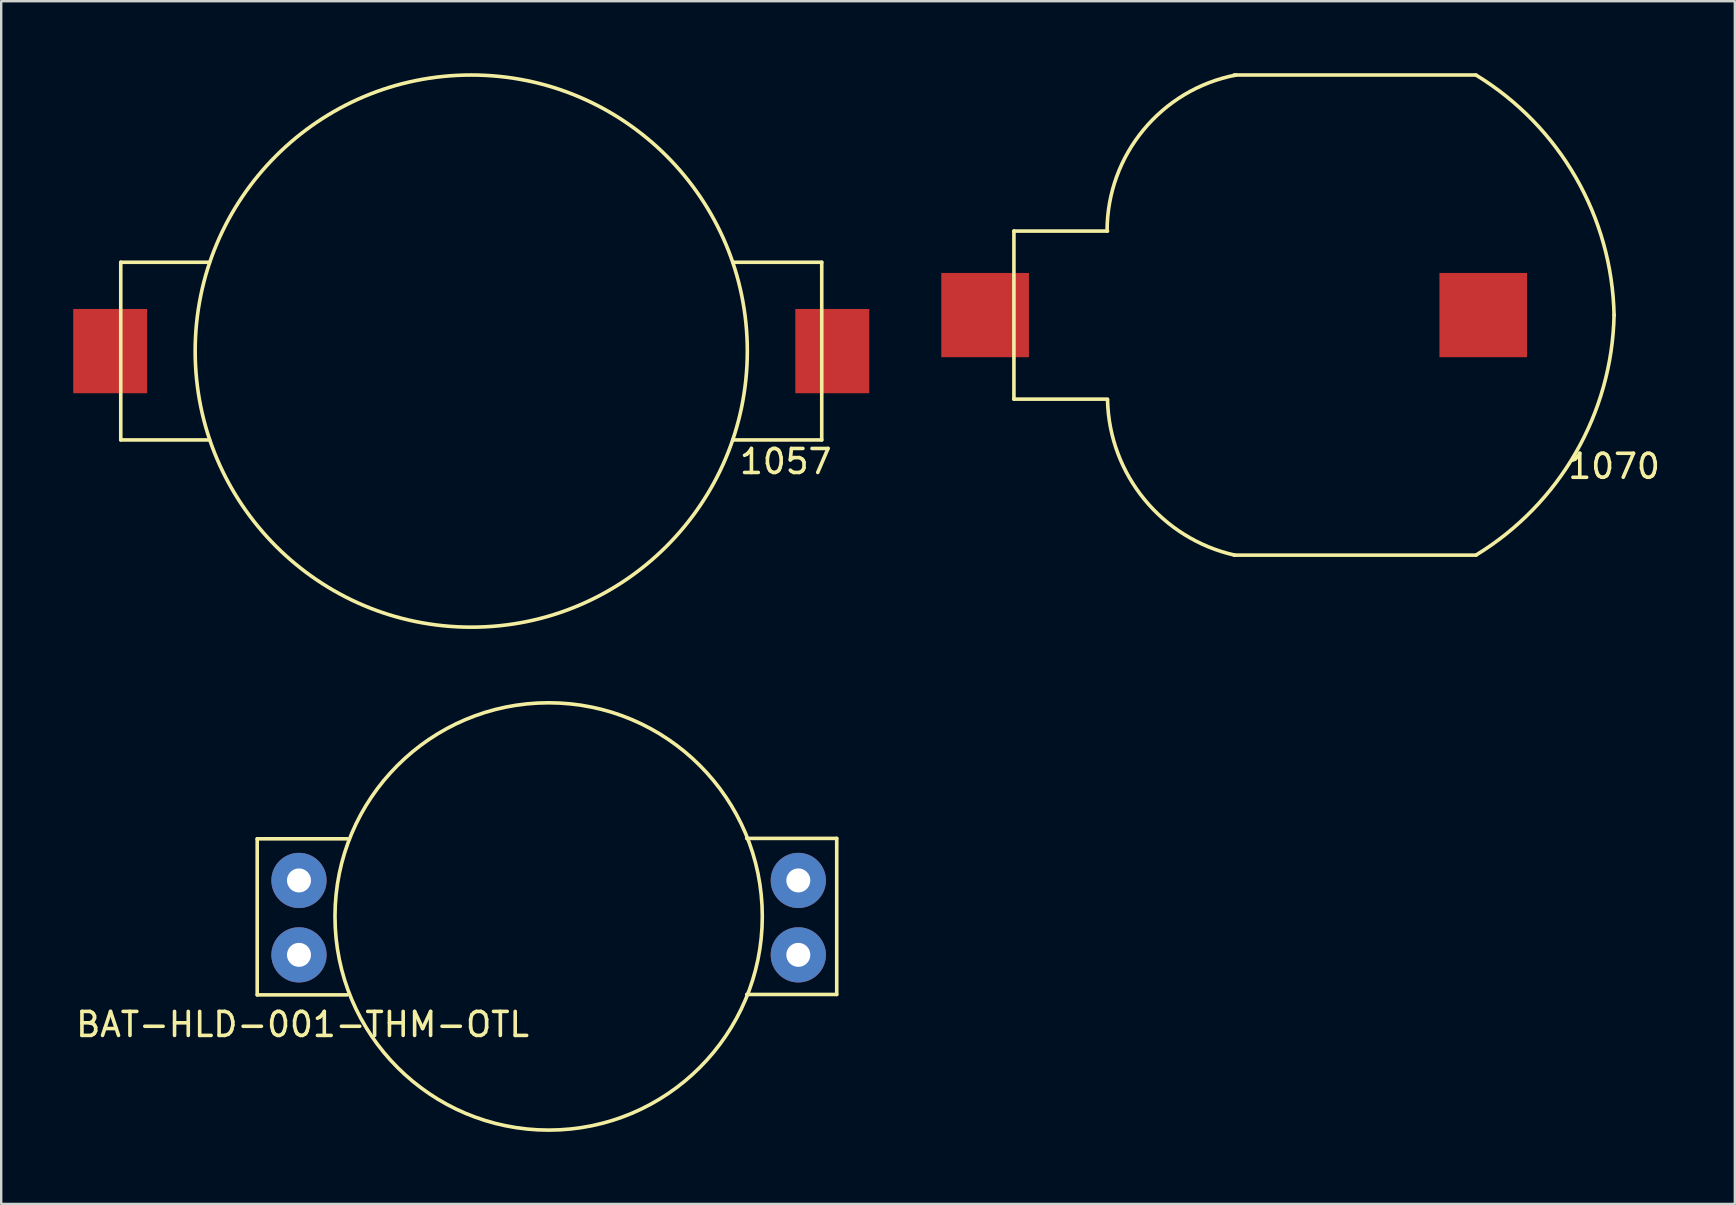
<source format=kicad_pcb>
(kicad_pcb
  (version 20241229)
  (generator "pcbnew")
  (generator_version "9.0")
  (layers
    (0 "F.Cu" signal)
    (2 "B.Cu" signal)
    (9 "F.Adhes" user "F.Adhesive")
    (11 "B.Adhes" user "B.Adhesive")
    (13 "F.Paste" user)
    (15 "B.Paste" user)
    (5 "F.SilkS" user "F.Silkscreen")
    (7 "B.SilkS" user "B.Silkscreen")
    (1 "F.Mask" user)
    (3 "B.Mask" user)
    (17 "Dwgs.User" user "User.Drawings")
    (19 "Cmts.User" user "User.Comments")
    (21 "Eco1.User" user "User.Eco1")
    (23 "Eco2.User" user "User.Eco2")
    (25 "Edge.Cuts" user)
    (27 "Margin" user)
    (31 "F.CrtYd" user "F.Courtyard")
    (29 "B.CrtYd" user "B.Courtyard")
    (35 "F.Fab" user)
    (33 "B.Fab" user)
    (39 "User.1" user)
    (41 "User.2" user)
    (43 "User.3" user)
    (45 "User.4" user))
  (footprint "1070"
    (layer "F.Cu")
    (at 64.185 10.075)
    (property "Reference" "1070" (at 0 6.3 0) (layer "F.SilkS") (effects (font (size 1 1) (thickness 0.15))))
    (attr through_hole)
    (fp_line (start -25 -3.5) (end -21.1 -3.5) (stroke (width 0.15) (type solid)) (layer "F.SilkS"))
    (fp_line (start -25 3.5) (end -25 -3.5) (stroke (width 0.15) (type solid)) (layer "F.SilkS"))
    (fp_line (start -25 3.5) (end -21.1 3.5) (stroke (width 0.15) (type solid)) (layer "F.SilkS"))
    (fp_line (start -15.825 -10) (end -5.75 -10) (stroke (width 0.15) (type solid)) (layer "F.SilkS"))
    (fp_line (start -15.825 10) (end -5.75 10) (stroke (width 0.15) (type solid)) (layer "F.SilkS"))
    (fp_arc (start -21.119101 -3.501672) (mid -19.60272 -7.716011) (end -15.75 -10) (stroke (width 0.15) (type solid)) (layer "F.SilkS"))
    (fp_arc (start -15.8 10) (mid -19.563486 7.678936) (end -21.100163 3.532879) (stroke (width 0.15) (type solid)) (layer "F.SilkS"))
    (fp_arc (start -5.745364 -9.994121) (mid -1.594302 -5.731968) (end 0 0) (stroke (width 0.15) (type solid)) (layer "F.SilkS"))
    (fp_arc (start 0 0) (mid -1.594302 5.731969) (end -5.745364 9.994121) (stroke (width 0.15) (type solid)) (layer "F.SilkS"))
    (pad "1" smd rect (at -5.45 0) (size 3.65 3.51) (layers "F.Cu" "F.Mask" "F.Paste"))
    (pad "2" smd rect (at -26.2 0) (size 3.65 3.51) (layers "F.Cu" "F.Mask" "F.Paste")))
  (footprint "1057"
    (layer "F.Cu")
    (at 16.58 11.575)
    (property "Reference" "1057" (at 13.1 4.6 0) (layer "F.SilkS") (effects (font (size 1 1) (thickness 0.15))))
    (attr through_hole)
    (fp_line (start -14.6 -3.7) (end -10.9 -3.7) (stroke (width 0.15) (type solid)) (layer "F.SilkS"))
    (fp_line (start -14.6 3.7) (end -14.6 -3.7) (stroke (width 0.15) (type solid)) (layer "F.SilkS"))
    (fp_line (start -14.6 3.7) (end -10.9 3.7) (stroke (width 0.15) (type solid)) (layer "F.SilkS"))
    (fp_line (start 14.6 -3.7) (end 10.9 -3.7) (stroke (width 0.15) (type solid)) (layer "F.SilkS"))
    (fp_line (start 14.6 3.7) (end 10.9 3.7) (stroke (width 0.15) (type solid)) (layer "F.SilkS"))
    (fp_line (start 14.6 3.7) (end 14.6 -3.7) (stroke (width 0.15) (type solid)) (layer "F.SilkS"))
    (fp_circle (center 0 0) (end 11.5 0) (stroke (width 0.15) (type solid)) (fill no) (layer "F.SilkS"))
    (pad "1" smd rect (at 15.04 0) (size 3.08 3.51) (layers "F.Cu" "F.Mask" "F.Paste"))
    (pad "2" smd rect (at -15.04 0) (size 3.08 3.51) (layers "F.Cu" "F.Mask" "F.Paste")))
  (footprint "BAT-HLD-001-THM-OTL"
    (layer "F.Cu")
    (at 19.804 35.125)
    (property "Reference" "BAT-HLD-001-THM-OTL" (at -10.25 4.5 0) (layer "F.SilkS") (effects (font (size 1 1) (thickness 0.15))))
    (attr through_hole)
    (fp_line (start -12.14 -3.234) (end -8.39 -3.234) (stroke (width 0.15) (type solid)) (layer "F.SilkS"))
    (fp_line (start -12.14 3.266) (end -12.14 -3.234) (stroke (width 0.15) (type solid)) (layer "F.SilkS"))
    (fp_line (start -12.14 3.266) (end -8.39 3.266) (stroke (width 0.15) (type solid)) (layer "F.SilkS"))
    (fp_line (start 12 -3.25) (end 8.25 -3.25) (stroke (width 0.15) (type solid)) (layer "F.SilkS"))
    (fp_line (start 12 3.25) (end 8.25 3.25) (stroke (width 0.15) (type solid)) (layer "F.SilkS"))
    (fp_line (start 12 3.25) (end 12 -3.25) (stroke (width 0.15) (type solid)) (layer "F.SilkS"))
    (fp_circle (center 0 0) (end 8.9 0) (stroke (width 0.15) (type solid)) (fill no) (layer "F.SilkS"))
    (pad "1" thru_hole circle (at 10.4 -1.5) (size 2.3 2.3) (drill 1) (layers "*.Cu" "*.Mask"))
    (pad "1" thru_hole circle (at 10.4 1.6) (size 2.3 2.3) (drill 1) (layers "*.Cu" "*.Mask"))
    (pad "2" thru_hole circle (at -10.4 -1.5) (size 2.3 2.3) (drill 1) (layers "*.Cu" "*.Mask"))
    (pad "2" thru_hole circle (at -10.4 1.6) (size 2.3 2.3) (drill 1) (layers "*.Cu" "*.Mask")))
  (gr_rect
    (start -3 -3)
    (end 69.215 47.1)
    (stroke (width 0.1) (type default))
    (fill no)
    (layer "Edge.Cuts")))
</source>
